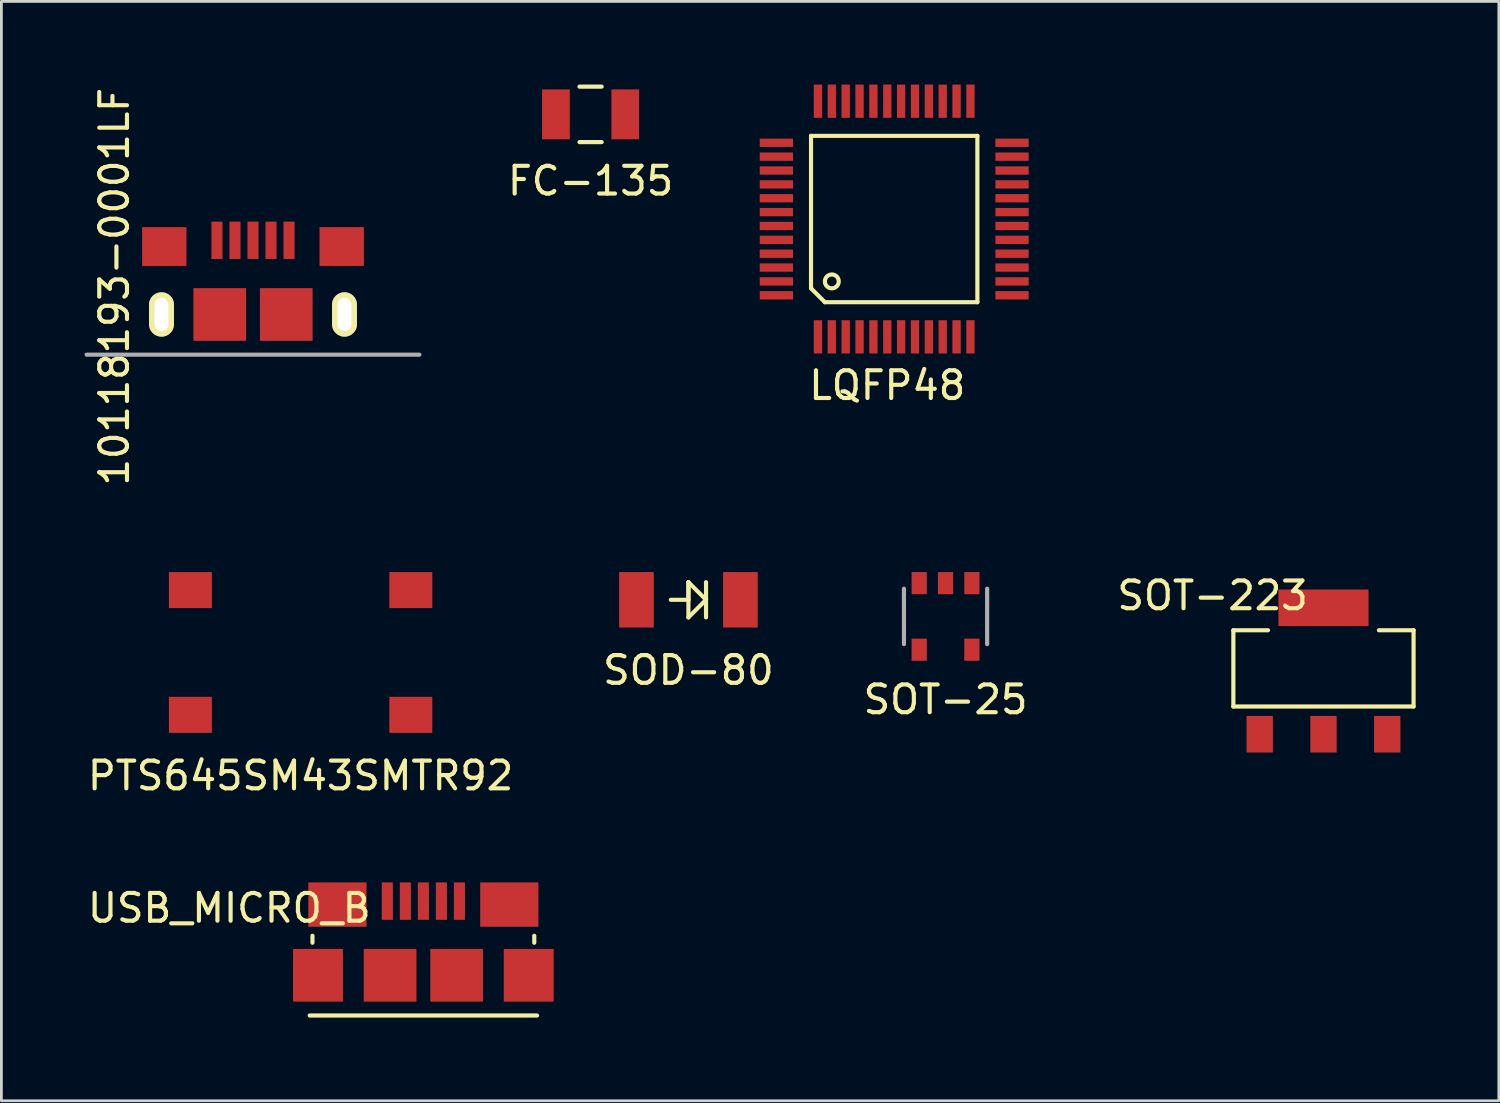
<source format=kicad_pcb>
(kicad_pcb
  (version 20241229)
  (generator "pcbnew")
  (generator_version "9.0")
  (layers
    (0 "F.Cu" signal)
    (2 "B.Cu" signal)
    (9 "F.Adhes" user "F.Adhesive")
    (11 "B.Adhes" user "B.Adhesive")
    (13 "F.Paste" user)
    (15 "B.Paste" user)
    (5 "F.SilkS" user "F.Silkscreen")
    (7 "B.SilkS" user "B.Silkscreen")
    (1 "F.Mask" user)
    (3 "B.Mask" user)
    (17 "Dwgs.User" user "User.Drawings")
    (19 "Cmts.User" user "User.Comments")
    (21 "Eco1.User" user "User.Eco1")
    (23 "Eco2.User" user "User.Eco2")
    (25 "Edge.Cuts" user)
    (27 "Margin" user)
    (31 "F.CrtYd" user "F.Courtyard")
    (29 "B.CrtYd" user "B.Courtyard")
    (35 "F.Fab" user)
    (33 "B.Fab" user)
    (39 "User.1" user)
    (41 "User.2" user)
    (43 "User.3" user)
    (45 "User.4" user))
  (footprint "PTS645SM43SMTR92"
    (layer "F.Cu")
    (at 7.792 20.483)
    (property "Reference" "PTS645SM43SMTR92" (at 0 4.445 0) (layer "F.SilkS") (effects (font (size 1 1) (thickness 0.15))))
    (attr through_hole)
    (pad "1" smd rect (at -3.975 -2.25) (size 1.55 1.3) (layers "F.Cu" "F.Mask" "F.Paste"))
    (pad "1" smd rect (at 3.975 -2.25) (size 1.55 1.3) (layers "F.Cu" "F.Mask" "F.Paste"))
    (pad "2" smd rect (at -3.975 2.25) (size 1.55 1.3) (layers "F.Cu" "F.Mask" "F.Paste"))
    (pad "2" smd rect (at 3.975 2.25) (size 1.55 1.3) (layers "F.Cu" "F.Mask" "F.Paste")))
  (footprint "FC-135"
    (layer "F.Cu")
    (at 18.251 1.075)
    (property "Reference" "FC-135" (at 0 2.4 0) (layer "F.SilkS") (effects (font (size 1 1) (thickness 0.15))))
    (attr through_hole)
    (fp_line (start -0.4 -1) (end 0.4 -1) (stroke (width 0.15) (type solid)) (layer "F.SilkS"))
    (fp_line (start -0.4 1) (end 0.4 1) (stroke (width 0.15) (type solid)) (layer "F.SilkS"))
    (pad "1" smd rect (at -1.25 0) (size 1 1.8) (layers "F.Cu" "F.Mask" "F.Paste"))
    (pad "2" smd rect (at 1.25 0) (size 1 1.8) (layers "F.Cu" "F.Mask" "F.Paste")))
  (footprint "10118193-0001LF"
    (layer "F.Cu")
    (at 6.075 8.292)
    (property "Reference" "10118193-0001LF" (at -5 -1 90) (layer "F.SilkS") (effects (font (size 1 1) (thickness 0.15))))
    (attr through_hole)
    (fp_line (start 6 1.45) (end -6 1.45) (stroke (width 0.15) (type solid)) (layer "F.Fab"))
    (pad "1" smd rect (at -1.3 -2.675) (size 0.4 1.35) (layers "F.Cu" "F.Mask" "F.Paste"))
    (pad "2" smd rect (at -0.65 -2.675) (size 0.4 1.35) (layers "F.Cu" "F.Mask" "F.Paste"))
    (pad "3" smd rect (at 0 -2.675) (size 0.4 1.35) (layers "F.Cu" "F.Mask" "F.Paste"))
    (pad "4" smd rect (at 0.65 -2.675) (size 0.4 1.35) (layers "F.Cu" "F.Mask" "F.Paste"))
    (pad "5" smd rect (at 1.3 -2.675) (size 0.4 1.35) (layers "F.Cu" "F.Mask" "F.Paste"))
    (pad "6" thru_hole oval (at -3.3 0) (size 0.9 1.6) (drill oval 0.5 1.2) (layers "*.Cu" "*.Mask" "F.SilkS"))
    (pad "6" smd rect (at -3.2 -2.45) (size 1.6 1.4) (layers "F.Cu" "F.Mask" "F.Paste"))
    (pad "6" smd rect (at -1.2 0) (size 1.9 1.9) (layers "F.Cu" "F.Mask" "F.Paste"))
    (pad "6" smd rect (at 1.2 0) (size 1.9 1.9) (layers "F.Cu" "F.Mask" "F.Paste"))
    (pad "6" smd rect (at 3.2 -2.45) (size 1.6 1.4) (layers "F.Cu" "F.Mask" "F.Paste"))
    (pad "6" thru_hole oval (at 3.3 0) (size 0.9 1.6) (drill oval 0.5 1.2) (layers "*.Cu" "*.Mask" "F.SilkS")))
  (footprint "SOD-80"
    (layer "F.Cu")
    (at 21.78 18.583)
    (property "Reference" "SOD-80" (at 0 2.54 0) (layer "F.SilkS") (effects (font (size 1 1) (thickness 0.15))))
    (attr through_hole)
    (fp_line (start 0 -0.635) (end 0 0) (stroke (width 0.15) (type solid)) (layer "F.SilkS"))
    (fp_line (start 0 -0.635) (end 0.635 0) (stroke (width 0.15) (type solid)) (layer "F.SilkS"))
    (fp_line (start 0 0) (end -0.635 0) (stroke (width 0.15) (type solid)) (layer "F.SilkS"))
    (fp_line (start 0 0.635) (end 0 -0.635) (stroke (width 0.15) (type solid)) (layer "F.SilkS"))
    (fp_line (start 0.635 -0.635) (end 0.635 0.635) (stroke (width 0.15) (type solid)) (layer "F.SilkS"))
    (fp_line (start 0.635 0) (end 0 0.635) (stroke (width 0.15) (type solid)) (layer "F.SilkS"))
    (pad "1" smd rect (at 1.875 0) (size 1.25 2) (layers "F.Cu" "F.Mask" "F.Paste"))
    (pad "2" smd rect (at -1.875 0) (size 1.25 2) (layers "F.Cu" "F.Mask" "F.Paste")))
  (footprint "SOT-25"
    (layer "F.Cu")
    (at 31.054 19.183)
    (property "Reference" "SOT-25" (at 0 3 0) (layer "F.SilkS") (effects (font (size 1 1) (thickness 0.15))))
    (attr through_hole)
    (fp_line (start -1.5 -1) (end -1.5 1) (stroke (width 0.15) (type solid)) (layer "F.Fab"))
    (fp_line (start 1.5 -1) (end 1.5 1) (stroke (width 0.15) (type solid)) (layer "F.Fab"))
    (pad "1" smd rect (at 0.95 -1.2) (size 0.55 0.8) (layers "F.Cu" "F.Mask" "F.Paste"))
    (pad "2" smd rect (at 0 -1.2) (size 0.55 0.8) (layers "F.Cu" "F.Mask" "F.Paste"))
    (pad "3" smd rect (at -0.95 -1.2) (size 0.55 0.8) (layers "F.Cu" "F.Mask" "F.Paste"))
    (pad "4" smd rect (at -0.95 1.2) (size 0.55 0.8) (layers "F.Cu" "F.Mask" "F.Paste"))
    (pad "5" smd rect (at 0.95 1.2) (size 0.55 0.8) (layers "F.Cu" "F.Mask" "F.Paste")))
  (footprint "LQFP48"
    (layer "F.Cu")
    (at 29.202 4.85)
    (property "Reference" "LQFP48" (at -0.25 6 0) (layer "F.SilkS") (effects (font (size 1 1) (thickness 0.15))))
    (attr through_hole)
    (fp_line (start -3 -3) (end -3 2.5) (stroke (width 0.15) (type solid)) (layer "F.SilkS"))
    (fp_line (start -2.5 3) (end -3 2.5) (stroke (width 0.15) (type solid)) (layer "F.SilkS"))
    (fp_line (start -2.5 3) (end 3 3) (stroke (width 0.15) (type solid)) (layer "F.SilkS"))
    (fp_line (start 3 -3) (end -3 -3) (stroke (width 0.15) (type solid)) (layer "F.SilkS"))
    (fp_line (start 3 3) (end 3 -3) (stroke (width 0.15) (type solid)) (layer "F.SilkS"))
    (fp_circle (center -2.25 2.25) (end -2 2.25) (stroke (width 0.15) (type solid)) (fill no) (layer "F.SilkS"))
    (pad "1" smd rect (at -2.75 4.25) (size 0.3 1.2) (layers "F.Cu" "F.Mask" "F.Paste"))
    (pad "2" smd rect (at -2.25 4.25) (size 0.3 1.2) (layers "F.Cu" "F.Mask" "F.Paste"))
    (pad "3" smd rect (at -1.75 4.25) (size 0.3 1.2) (layers "F.Cu" "F.Mask" "F.Paste"))
    (pad "4" smd rect (at -1.25 4.25) (size 0.3 1.2) (layers "F.Cu" "F.Mask" "F.Paste"))
    (pad "5" smd rect (at -0.75 4.25) (size 0.3 1.2) (layers "F.Cu" "F.Mask" "F.Paste"))
    (pad "6" smd rect (at -0.25 4.25) (size 0.3 1.2) (layers "F.Cu" "F.Mask" "F.Paste"))
    (pad "7" smd rect (at 0.25 4.25) (size 0.3 1.2) (layers "F.Cu" "F.Mask" "F.Paste"))
    (pad "8" smd rect (at 0.75 4.25) (size 0.3 1.2) (layers "F.Cu" "F.Mask" "F.Paste"))
    (pad "9" smd rect (at 1.25 4.25) (size 0.3 1.2) (layers "F.Cu" "F.Mask" "F.Paste"))
    (pad "10" smd rect (at 1.75 4.25) (size 0.3 1.2) (layers "F.Cu" "F.Mask" "F.Paste"))
    (pad "11" smd rect (at 2.25 4.25) (size 0.3 1.2) (layers "F.Cu" "F.Mask" "F.Paste"))
    (pad "12" smd rect (at 2.75 4.25) (size 0.3 1.2) (layers "F.Cu" "F.Mask" "F.Paste"))
    (pad "13" smd rect (at 4.25 2.75) (size 1.2 0.3) (layers "F.Cu" "F.Mask" "F.Paste"))
    (pad "14" smd rect (at 4.25 2.25) (size 1.2 0.3) (layers "F.Cu" "F.Mask" "F.Paste"))
    (pad "15" smd rect (at 4.25 1.75) (size 1.2 0.3) (layers "F.Cu" "F.Mask" "F.Paste"))
    (pad "16" smd rect (at 4.25 1.25) (size 1.2 0.3) (layers "F.Cu" "F.Mask" "F.Paste"))
    (pad "17" smd rect (at 4.25 0.75) (size 1.2 0.3) (layers "F.Cu" "F.Mask" "F.Paste"))
    (pad "18" smd rect (at 4.25 0.25) (size 1.2 0.3) (layers "F.Cu" "F.Mask" "F.Paste"))
    (pad "19" smd rect (at 4.25 -0.25) (size 1.2 0.3) (layers "F.Cu" "F.Mask" "F.Paste"))
    (pad "20" smd rect (at 4.25 -0.75) (size 1.2 0.3) (layers "F.Cu" "F.Mask" "F.Paste"))
    (pad "21" smd rect (at 4.25 -1.25) (size 1.2 0.3) (layers "F.Cu" "F.Mask" "F.Paste"))
    (pad "22" smd rect (at 4.25 -1.75) (size 1.2 0.3) (layers "F.Cu" "F.Mask" "F.Paste"))
    (pad "23" smd rect (at 4.25 -2.25) (size 1.2 0.3) (layers "F.Cu" "F.Mask" "F.Paste"))
    (pad "24" smd rect (at 4.25 -2.75) (size 1.2 0.3) (layers "F.Cu" "F.Mask" "F.Paste"))
    (pad "25" smd rect (at 2.75 -4.25) (size 0.3 1.2) (layers "F.Cu" "F.Mask" "F.Paste"))
    (pad "26" smd rect (at 2.25 -4.25) (size 0.3 1.2) (layers "F.Cu" "F.Mask" "F.Paste"))
    (pad "27" smd rect (at 1.75 -4.25) (size 0.3 1.2) (layers "F.Cu" "F.Mask" "F.Paste"))
    (pad "28" smd rect (at 1.25 -4.25) (size 0.3 1.2) (layers "F.Cu" "F.Mask" "F.Paste"))
    (pad "29" smd rect (at 0.75 -4.25) (size 0.3 1.2) (layers "F.Cu" "F.Mask" "F.Paste"))
    (pad "30" smd rect (at 0.25 -4.25) (size 0.3 1.2) (layers "F.Cu" "F.Mask" "F.Paste"))
    (pad "31" smd rect (at -0.25 -4.25) (size 0.3 1.2) (layers "F.Cu" "F.Mask" "F.Paste"))
    (pad "32" smd rect (at -0.75 -4.25) (size 0.3 1.2) (layers "F.Cu" "F.Mask" "F.Paste"))
    (pad "33" smd rect (at -1.25 -4.25) (size 0.3 1.2) (layers "F.Cu" "F.Mask" "F.Paste"))
    (pad "34" smd rect (at -1.75 -4.25) (size 0.3 1.2) (layers "F.Cu" "F.Mask" "F.Paste"))
    (pad "35" smd rect (at -2.25 -4.25) (size 0.3 1.2) (layers "F.Cu" "F.Mask" "F.Paste"))
    (pad "36" smd rect (at -2.75 -4.25) (size 0.3 1.2) (layers "F.Cu" "F.Mask" "F.Paste"))
    (pad "37" smd rect (at -4.25 -2.75) (size 1.2 0.3) (layers "F.Cu" "F.Mask" "F.Paste"))
    (pad "38" smd rect (at -4.25 -2.25) (size 1.2 0.3) (layers "F.Cu" "F.Mask" "F.Paste"))
    (pad "39" smd rect (at -4.25 -1.75) (size 1.2 0.3) (layers "F.Cu" "F.Mask" "F.Paste"))
    (pad "40" smd rect (at -4.25 -1.25) (size 1.2 0.3) (layers "F.Cu" "F.Mask" "F.Paste"))
    (pad "41" smd rect (at -4.25 -0.75) (size 1.2 0.3) (layers "F.Cu" "F.Mask" "F.Paste"))
    (pad "42" smd rect (at -4.25 -0.25) (size 1.2 0.3) (layers "F.Cu" "F.Mask" "F.Paste"))
    (pad "43" smd rect (at -4.25 0.25) (size 1.2 0.3) (layers "F.Cu" "F.Mask" "F.Paste"))
    (pad "44" smd rect (at -4.25 0.75) (size 1.2 0.3) (layers "F.Cu" "F.Mask" "F.Paste"))
    (pad "45" smd rect (at -4.25 1.25) (size 1.2 0.3) (layers "F.Cu" "F.Mask" "F.Paste"))
    (pad "46" smd rect (at -4.25 1.75) (size 1.2 0.3) (layers "F.Cu" "F.Mask" "F.Paste"))
    (pad "47" smd rect (at -4.25 2.25) (size 1.2 0.3) (layers "F.Cu" "F.Mask" "F.Paste"))
    (pad "48" smd rect (at -4.25 2.75) (size 1.2 0.3) (layers "F.Cu" "F.Mask" "F.Paste")))
  (footprint "SOT-223"
    (layer "F.Cu")
    (at 44.685 23.432)
    (property "Reference" "SOT-223" (at -4 -5 0) (layer "F.SilkS") (effects (font (size 1 1) (thickness 0.15))))
    (attr through_hole)
    (fp_line (start -3.25 -3.75) (end -2 -3.75) (stroke (width 0.15) (type solid)) (layer "F.SilkS"))
    (fp_line (start -3.25 -1) (end -3.25 -3.75) (stroke (width 0.15) (type solid)) (layer "F.SilkS"))
    (fp_line (start -3.25 -1) (end 3.25 -1) (stroke (width 0.15) (type solid)) (layer "F.SilkS"))
    (fp_line (start 3.25 -3.75) (end 2 -3.75) (stroke (width 0.15) (type solid)) (layer "F.SilkS"))
    (fp_line (start 3.25 -1) (end 3.25 -3.75) (stroke (width 0.15) (type solid)) (layer "F.SilkS"))
    (pad "1" smd rect (at -2.3 0) (size 0.95 1.32) (layers "F.Cu" "F.Mask" "F.Paste"))
    (pad "2" smd rect (at 0 -4.56) (size 3.25 1.32) (layers "F.Cu" "F.Mask" "F.Paste"))
    (pad "2" smd rect (at 0 0) (size 0.95 1.32) (layers "F.Cu" "F.Mask" "F.Paste"))
    (pad "3" smd rect (at 2.3 0) (size 0.95 1.32) (layers "F.Cu" "F.Mask" "F.Paste")))
  (footprint "USB_MICRO_B"
    (layer "F.Cu")
    (at 12.22 29.452)
    (property "Reference" "USB_MICRO_B" (at -7 0.25 0) (layer "F.SilkS") (effects (font (size 1 1) (thickness 0.15))))
    (attr through_hole)
    (fp_line (start -4.1 4.125) (end 4.1 4.125) (stroke (width 0.15) (type solid)) (layer "F.SilkS"))
    (fp_line (start -4 1.25) (end -4 1.5) (stroke (width 0.15) (type solid)) (layer "F.SilkS"))
    (fp_line (start 4 1.25) (end 4 1.5) (stroke (width 0.15) (type solid)) (layer "F.SilkS"))
    (pad "1" smd rect (at -1.3 0) (size 0.4 1.35) (layers "F.Cu" "F.Mask" "F.Paste"))
    (pad "2" smd rect (at -0.65 0) (size 0.4 1.35) (layers "F.Cu" "F.Mask" "F.Paste"))
    (pad "3" smd rect (at 0 0) (size 0.4 1.35) (layers "F.Cu" "F.Mask" "F.Paste"))
    (pad "4" smd rect (at 0.65 0) (size 0.4 1.35) (layers "F.Cu" "F.Mask" "F.Paste"))
    (pad "5" smd rect (at 1.3 0) (size 0.4 1.35) (layers "F.Cu" "F.Mask" "F.Paste"))
    (pad "6" smd rect (at -3.8 2.675) (size 1.8 1.9) (layers "F.Cu" "F.Mask" "F.Paste"))
    (pad "6" smd rect (at -3.1 0.125) (size 2.1 1.6) (layers "F.Cu" "F.Mask" "F.Paste"))
    (pad "6" smd rect (at -1.2 2.675) (size 1.9 1.9) (layers "F.Cu" "F.Mask" "F.Paste"))
    (pad "6" smd rect (at 1.2 2.675) (size 1.9 1.9) (layers "F.Cu" "F.Mask" "F.Paste"))
    (pad "6" smd rect (at 3.1 0.125) (size 2.1 1.6) (layers "F.Cu" "F.Mask" "F.Paste"))
    (pad "6" smd rect (at 3.8 2.675) (size 1.8 1.9) (layers "F.Cu" "F.Mask" "F.Paste")))
  (gr_rect
    (start -3 -3)
    (end 51.01 36.652)
    (stroke (width 0.1) (type default))
    (fill no)
    (layer "Edge.Cuts")))
</source>
